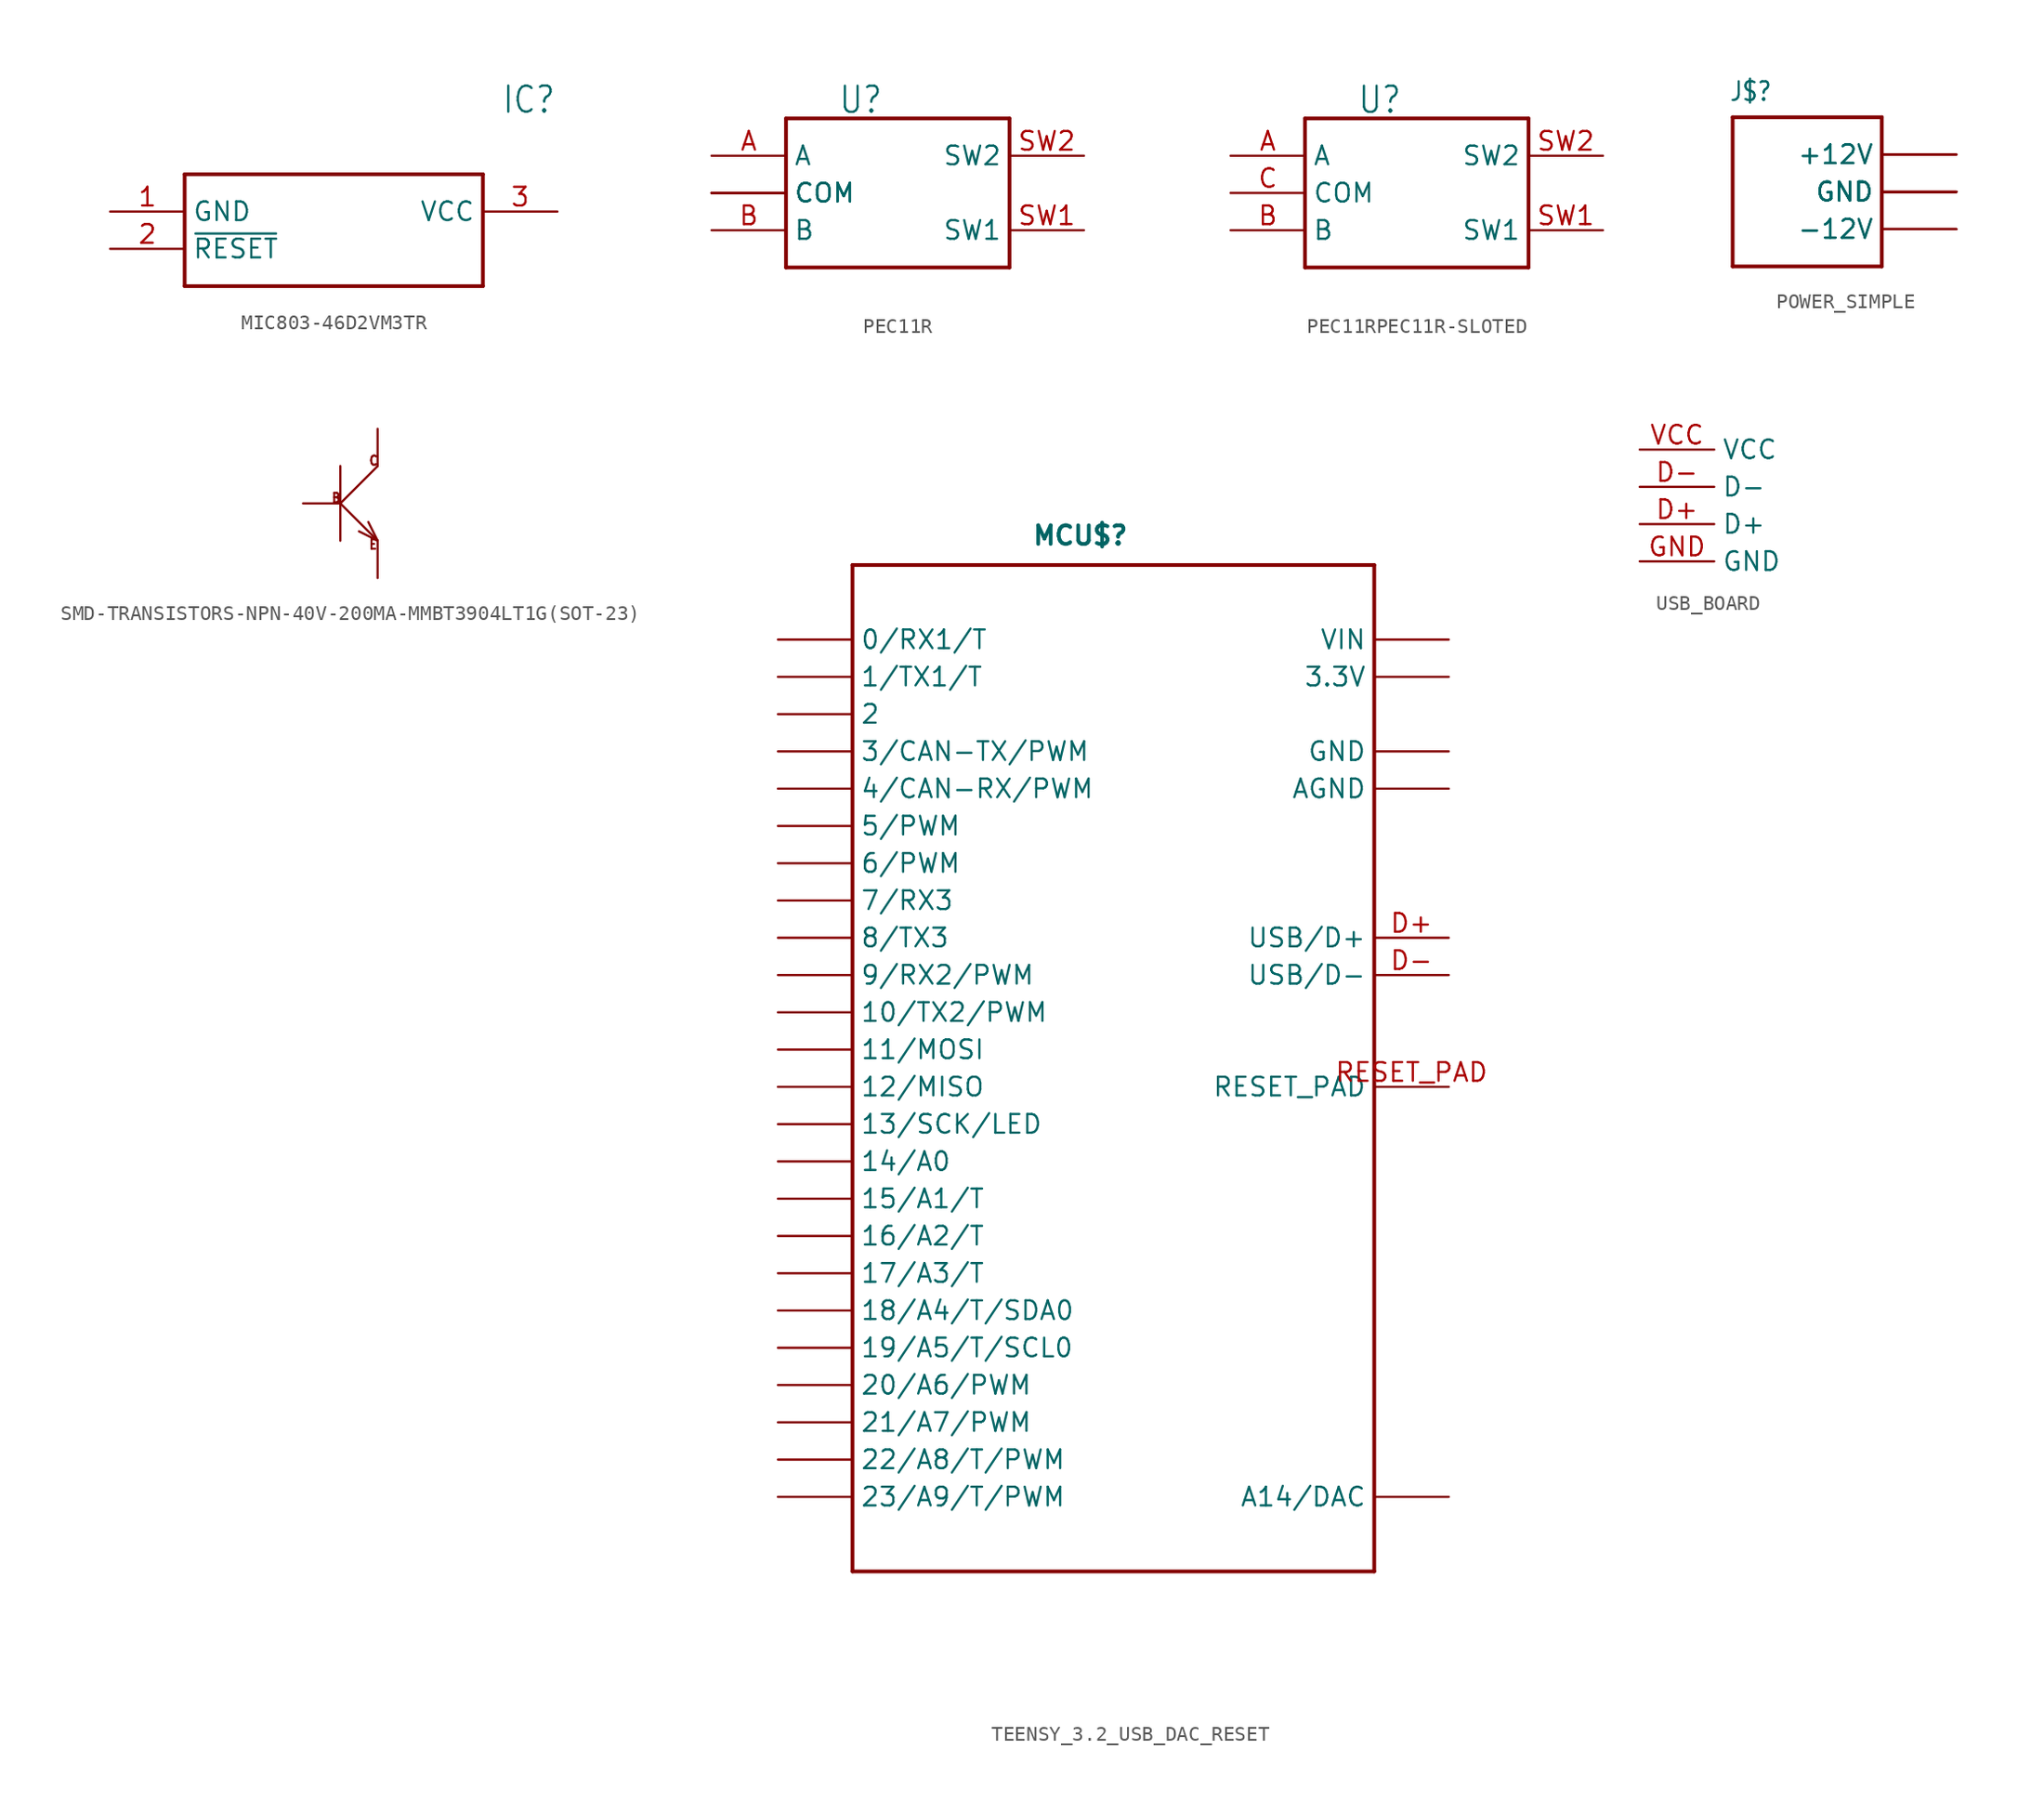
<source format=kicad_sym>
(kicad_symbol_lib
  (version 20231120)
  (generator "kicad_symbol_editor")
  (generator_version "8.0")
  (symbol "MIC803-46D2VM3TR"
    (property "Reference" "IC"
      (at 26.67 7.62 0)
      (effects (font (size 1.778 1.511)) (justify left)))
    (property "Value" ""
      (at 26.67 5.08 0)
      (effects (font (size 1.778 1.511)) (justify left)))
    (property "ki_locked" ""
      (at 0 0 0)
      (effects (font (size 1.27 1.27))))
    (symbol "MIC803-46D2VM3TR_1_0"
      (polyline (pts (xy 5.08 2.54) (xy 5.08 -5.08)) (stroke (width 0.254) (type solid)) (fill (type none)))
      (polyline (pts (xy 5.08 2.54) (xy 25.4 2.54)) (stroke (width 0.254) (type solid)) (fill (type none)))
      (polyline (pts (xy 25.4 -5.08) (xy 5.08 -5.08)) (stroke (width 0.254) (type solid)) (fill (type none)))
      (polyline (pts (xy 25.4 -5.08) (xy 25.4 2.54)) (stroke (width 0.254) (type solid)) (fill (type none)))
      (pin bidirectional line (at 0 0 0) (length 5.08) (name "GND" (effects (font (size 1.27 1.27)))) (number "1" (effects (font (size 1.27 1.27)))))
      (pin bidirectional line (at 0 -2.54 0) (length 5.08) (name "~{RESET}" (effects (font (size 1.27 1.27)))) (number "2" (effects (font (size 1.27 1.27)))))
      (pin bidirectional line (at 30.48 0 180) (length 5.08) (name "VCC" (effects (font (size 1.27 1.27)))) (number "3" (effects (font (size 1.27 1.27)))))))
  (symbol "PEC11R"
    (property "Reference" "U"
      (at 8.636 3.81 0)
      (effects (font (size 1.778 1.511)) (justify left)))
    (property "Value" ""
      (at 7.874 -8.89 0)
      (effects (font (size 1.778 1.511)) (justify left)))
    (property "ki_locked" ""
      (at 0 0 0)
      (effects (font (size 1.27 1.27))))
    (symbol "PEC11R_1_0"
      (polyline (pts (xy 5.08 2.54) (xy 5.08 -7.62)) (stroke (width 0.254) (type solid)) (fill (type none)))
      (polyline (pts (xy 5.08 2.54) (xy 20.32 2.54)) (stroke (width 0.254) (type solid)) (fill (type none)))
      (polyline (pts (xy 20.32 -7.62) (xy 5.08 -7.62)) (stroke (width 0.254) (type solid)) (fill (type none)))
      (polyline (pts (xy 20.32 -7.62) (xy 20.32 2.54)) (stroke (width 0.254) (type solid)) (fill (type none)))
      (pin bidirectional line (at 0 0 0) (length 5.08) (name "A" (effects (font (size 1.27 1.27)))) (number "A" (effects (font (size 1.27 1.27)))))
      (pin bidirectional line (at 0 -5.08 0) (length 5.08) (name "B" (effects (font (size 1.27 1.27)))) (number "B" (effects (font (size 1.27 1.27)))))
      (pin bidirectional line (at 0 -2.54 0) (length 5.08) (name "COM" (effects (font (size 1.27 1.27)))) (number "C" (effects (font (size 0 0)))))
      (pin bidirectional line (at 0 -2.54 0) (length 5.08) (name "COM" (effects (font (size 1.27 1.27)))) (number "SH1" (effects (font (size 0 0)))))
      (pin bidirectional line (at 0 -2.54 0) (length 5.08) (name "COM" (effects (font (size 1.27 1.27)))) (number "SH2" (effects (font (size 0 0)))))
      (pin bidirectional line (at 25.4 -5.08 180) (length 5.08) (name "SW1" (effects (font (size 1.27 1.27)))) (number "SW1" (effects (font (size 1.27 1.27)))))
      (pin bidirectional line (at 25.4 0 180) (length 5.08) (name "SW2" (effects (font (size 1.27 1.27)))) (number "SW2" (effects (font (size 1.27 1.27)))))))
  (symbol "PEC11RPEC11R-SLOTED"
    (property "Reference" "U"
      (at 8.636 3.81 0)
      (effects (font (size 1.778 1.511)) (justify left)))
    (property "Value" ""
      (at 7.874 -8.89 0)
      (effects (font (size 1.778 1.511)) (justify left)))
    (property "ki_locked" ""
      (at 0 0 0)
      (effects (font (size 1.27 1.27))))
    (symbol "PEC11RPEC11R-SLOTED_1_0"
      (polyline (pts (xy 5.08 2.54) (xy 5.08 -7.62)) (stroke (width 0.254) (type solid)) (fill (type none)))
      (polyline (pts (xy 5.08 2.54) (xy 20.32 2.54)) (stroke (width 0.254) (type solid)) (fill (type none)))
      (polyline (pts (xy 20.32 -7.62) (xy 5.08 -7.62)) (stroke (width 0.254) (type solid)) (fill (type none)))
      (polyline (pts (xy 20.32 -7.62) (xy 20.32 2.54)) (stroke (width 0.254) (type solid)) (fill (type none)))
      (pin bidirectional line (at 0 0 0) (length 5.08) (name "A" (effects (font (size 1.27 1.27)))) (number "A" (effects (font (size 1.27 1.27)))))
      (pin bidirectional line (at 0 -5.08 0) (length 5.08) (name "B" (effects (font (size 1.27 1.27)))) (number "B" (effects (font (size 1.27 1.27)))))
      (pin bidirectional line (at 0 -2.54 0) (length 5.08) (name "COM" (effects (font (size 1.27 1.27)))) (number "C" (effects (font (size 1.27 1.27)))))
      (pin bidirectional line (at 25.4 -5.08 180) (length 5.08) (name "SW1" (effects (font (size 1.27 1.27)))) (number "SW1" (effects (font (size 1.27 1.27)))))
      (pin bidirectional line (at 25.4 0 180) (length 5.08) (name "SW2" (effects (font (size 1.27 1.27)))) (number "SW2" (effects (font (size 1.27 1.27)))))))
  (symbol "POWER_SIMPLE"
    (property "Reference" "J$"
      (at -5.334 6.096 0)
      (effects (font (size 1.27 1.079)) (justify left bottom)))
    (property "ki_locked" ""
      (at 0 0 0)
      (effects (font (size 1.27 1.27))))
    (symbol "POWER_SIMPLE_1_0"
      (polyline (pts (xy -5.08 -5.08) (xy -5.08 5.08)) (stroke (width 0.254) (type solid)) (fill (type none)))
      (polyline (pts (xy -5.08 5.08) (xy 5.08 5.08)) (stroke (width 0.254) (type solid)) (fill (type none)))
      (polyline (pts (xy 5.08 -5.08) (xy -5.08 -5.08)) (stroke (width 0.254) (type solid)) (fill (type none)))
      (polyline (pts (xy 5.08 5.08) (xy 5.08 -5.08)) (stroke (width 0.254) (type solid)) (fill (type none)))
      (pin bidirectional line (at 10.16 -2.54 180) (length 5.08) (name "-12V" (effects (font (size 1.27 1.27)))) (number "1" (effects (font (size 0 0)))))
      (pin bidirectional line (at 10.16 2.54 180) (length 5.08) (name "+12V" (effects (font (size 1.27 1.27)))) (number "10" (effects (font (size 0 0)))))
      (pin bidirectional line (at 10.16 -2.54 180) (length 5.08) (name "-12V" (effects (font (size 1.27 1.27)))) (number "2" (effects (font (size 0 0)))))
      (pin bidirectional line (at 10.16 0 180) (length 5.08) (name "GND" (effects (font (size 1.27 1.27)))) (number "3" (effects (font (size 0 0)))))
      (pin bidirectional line (at 10.16 0 180) (length 5.08) (name "GND" (effects (font (size 1.27 1.27)))) (number "4" (effects (font (size 0 0)))))
      (pin bidirectional line (at 10.16 0 180) (length 5.08) (name "GND" (effects (font (size 1.27 1.27)))) (number "5" (effects (font (size 0 0)))))
      (pin bidirectional line (at 10.16 0 180) (length 5.08) (name "GND" (effects (font (size 1.27 1.27)))) (number "6" (effects (font (size 0 0)))))
      (pin bidirectional line (at 10.16 0 180) (length 5.08) (name "GND" (effects (font (size 1.27 1.27)))) (number "7" (effects (font (size 0 0)))))
      (pin bidirectional line (at 10.16 0 180) (length 5.08) (name "GND" (effects (font (size 1.27 1.27)))) (number "8" (effects (font (size 0 0)))))
      (pin bidirectional line (at 10.16 2.54 180) (length 5.08) (name "+12V" (effects (font (size 1.27 1.27)))) (number "9" (effects (font (size 0 0)))))))
  (symbol "SMD-TRANSISTORS-NPN-40V-200MA-MMBT3904LT1G(SOT-23)"
    (property "Reference" ""
      (at -2.54 2.54 0)
      (effects (font (size 1.27 1.079)) (justify left bottom) (hide yes)))
    (property "Value" ""
      (at 3.81 2.54 0)
      (effects (font (size 1.27 1.079)) (justify left bottom)))
    (property "ki_locked" ""
      (at 0 0 0)
      (effects (font (size 1.27 1.27))))
    (symbol "SMD-TRANSISTORS-NPN-40V-200MA-MMBT3904LT1G(SOT-23)_1_0"
      (polyline (pts (xy 0 -2.54) (xy 0 0)) (stroke (width 0.152) (type solid)) (fill (type none)))
      (polyline (pts (xy 0 0) (xy 0 2.54)) (stroke (width 0.152) (type solid)) (fill (type none)))
      (polyline (pts (xy 0 0) (xy 2.54 -2.54)) (stroke (width 0.152) (type solid)) (fill (type none)))
      (polyline (pts (xy 0 0) (xy 2.54 2.54)) (stroke (width 0.152) (type solid)) (fill (type none)))
      (polyline (pts (xy 2.54 -2.54) (xy 1.27 -1.905)) (stroke (width 0.152) (type solid)) (fill (type none)))
      (polyline (pts (xy 2.54 -2.54) (xy 1.905 -1.27)) (stroke (width 0.152) (type solid)) (fill (type none)))
      (text "B" (at -0.635 0 0) (effects (font (size 0.635 0.54)) (justify left bottom)))
      (text "C" (at 1.905 2.54 0) (effects (font (size 0.635 0.54)) (justify left bottom)))
      (text "E" (at 1.905 -3.175 0) (effects (font (size 0.635 0.54)) (justify left bottom)))
      (pin passive line (at -2.54 0 0) (length 2.54) (name "B" (effects (font (size 0 0)))) (number "1" (effects (font (size 0 0)))))
      (pin passive line (at 2.54 -5.08 90) (length 2.54) (name "E" (effects (font (size 0 0)))) (number "2" (effects (font (size 0 0)))))
      (pin passive line (at 2.54 5.08 270) (length 2.54) (name "C" (effects (font (size 0 0)))) (number "3" (effects (font (size 0 0)))))))
  (symbol "TEENSY_3.2_USB_DAC_RESET"
    (property "Reference" "MCU$"
      (at -5.588 34.29 0)
      (effects (font (size 1.27 1.27) (thickness 0.254) (bold yes)) (justify left bottom)))
    (property "Value" ""
      (at -2.794 -38.1 0)
      (effects (font (size 1.27 1.27) (thickness 0.254) (bold yes)) (justify left bottom)))
    (property "ki_locked" ""
      (at 0 0 0)
      (effects (font (size 1.27 1.27))))
    (symbol "TEENSY_3.2_USB_DAC_RESET_1_0"
      (polyline (pts (xy -17.78 -35.56) (xy 17.78 -35.56)) (stroke (width 0.254) (type solid)) (fill (type none)))
      (polyline (pts (xy -17.78 33.02) (xy -17.78 -35.56)) (stroke (width 0.254) (type solid)) (fill (type none)))
      (polyline (pts (xy 17.78 -35.56) (xy 17.78 33.02)) (stroke (width 0.254) (type solid)) (fill (type none)))
      (polyline (pts (xy 17.78 33.02) (xy -17.78 33.02)) (stroke (width 0.254) (type solid)) (fill (type none)))
      (pin bidirectional line (at -22.86 27.94 0) (length 5.08) (name "0/RX1/T" (effects (font (size 1.27 1.27)))) (number "0" (effects (font (size 0 0)))))
      (pin bidirectional line (at -22.86 25.4 0) (length 5.08) (name "1/TX1/T" (effects (font (size 1.27 1.27)))) (number "1" (effects (font (size 0 0)))))
      (pin bidirectional line (at -22.86 2.54 0) (length 5.08) (name "10/TX2/PWM" (effects (font (size 1.27 1.27)))) (number "10" (effects (font (size 0 0)))))
      (pin bidirectional line (at -22.86 0 0) (length 5.08) (name "11/MOSI" (effects (font (size 1.27 1.27)))) (number "11" (effects (font (size 0 0)))))
      (pin bidirectional line (at -22.86 -2.54 0) (length 5.08) (name "12/MISO" (effects (font (size 1.27 1.27)))) (number "12" (effects (font (size 0 0)))))
      (pin bidirectional line (at -22.86 -5.08 0) (length 5.08) (name "13/SCK/LED" (effects (font (size 1.27 1.27)))) (number "13" (effects (font (size 0 0)))))
      (pin bidirectional line (at -22.86 -7.62 0) (length 5.08) (name "14/A0" (effects (font (size 1.27 1.27)))) (number "14/A0" (effects (font (size 0 0)))))
      (pin bidirectional line (at -22.86 -10.16 0) (length 5.08) (name "15/A1/T" (effects (font (size 1.27 1.27)))) (number "15/A1" (effects (font (size 0 0)))))
      (pin bidirectional line (at -22.86 -12.7 0) (length 5.08) (name "16/A2/T" (effects (font (size 1.27 1.27)))) (number "16/A2" (effects (font (size 0 0)))))
      (pin bidirectional line (at -22.86 -15.24 0) (length 5.08) (name "17/A3/T" (effects (font (size 1.27 1.27)))) (number "17/A3" (effects (font (size 0 0)))))
      (pin bidirectional line (at -22.86 -17.78 0) (length 5.08) (name "18/A4/T/SDA0" (effects (font (size 1.27 1.27)))) (number "18/A4" (effects (font (size 0 0)))))
      (pin bidirectional line (at -22.86 -20.32 0) (length 5.08) (name "19/A5/T/SCL0" (effects (font (size 1.27 1.27)))) (number "19/A5" (effects (font (size 0 0)))))
      (pin bidirectional line (at -22.86 22.86 0) (length 5.08) (name "2" (effects (font (size 1.27 1.27)))) (number "2" (effects (font (size 0 0)))))
      (pin bidirectional line (at -22.86 -22.86 0) (length 5.08) (name "20/A6/PWM" (effects (font (size 1.27 1.27)))) (number "20/A6" (effects (font (size 0 0)))))
      (pin bidirectional line (at -22.86 -25.4 0) (length 5.08) (name "21/A7/PWM" (effects (font (size 1.27 1.27)))) (number "21/A7" (effects (font (size 0 0)))))
      (pin bidirectional line (at -22.86 -27.94 0) (length 5.08) (name "22/A8/T/PWM" (effects (font (size 1.27 1.27)))) (number "22/A8" (effects (font (size 0 0)))))
      (pin bidirectional line (at -22.86 -30.48 0) (length 5.08) (name "23/A9/T/PWM" (effects (font (size 1.27 1.27)))) (number "23/A9" (effects (font (size 0 0)))))
      (pin bidirectional line (at -22.86 20.32 0) (length 5.08) (name "3/CAN-TX/PWM" (effects (font (size 1.27 1.27)))) (number "3" (effects (font (size 0 0)))))
      (pin power_in line (at 22.86 25.4 180) (length 5.08) (name "3.3V" (effects (font (size 1.27 1.27)))) (number "3.3V" (effects (font (size 0 0)))))
      (pin bidirectional line (at -22.86 17.78 0) (length 5.08) (name "4/CAN-RX/PWM" (effects (font (size 1.27 1.27)))) (number "4" (effects (font (size 0 0)))))
      (pin bidirectional line (at -22.86 15.24 0) (length 5.08) (name "5/PWM" (effects (font (size 1.27 1.27)))) (number "5" (effects (font (size 0 0)))))
      (pin bidirectional line (at -22.86 12.7 0) (length 5.08) (name "6/PWM" (effects (font (size 1.27 1.27)))) (number "6" (effects (font (size 0 0)))))
      (pin bidirectional line (at -22.86 10.16 0) (length 5.08) (name "7/RX3" (effects (font (size 1.27 1.27)))) (number "7" (effects (font (size 0 0)))))
      (pin bidirectional line (at -22.86 7.62 0) (length 5.08) (name "8/TX3" (effects (font (size 1.27 1.27)))) (number "8" (effects (font (size 0 0)))))
      (pin bidirectional line (at -22.86 5.08 0) (length 5.08) (name "9/RX2/PWM" (effects (font (size 1.27 1.27)))) (number "9" (effects (font (size 0 0)))))
      (pin power_in line (at 22.86 17.78 180) (length 5.08) (name "AGND" (effects (font (size 1.27 1.27)))) (number "AGND" (effects (font (size 0 0)))))
      (pin bidirectional line (at 22.86 7.62 180) (length 5.08) (name "USB/D+" (effects (font (size 1.27 1.27)))) (number "D+" (effects (font (size 1.27 1.27)))))
      (pin bidirectional line (at 22.86 5.08 180) (length 5.08) (name "USB/D-" (effects (font (size 1.27 1.27)))) (number "D-" (effects (font (size 1.27 1.27)))))
      (pin power_in line (at 22.86 20.32 180) (length 5.08) (name "GND" (effects (font (size 1.27 1.27)))) (number "GND" (effects (font (size 0 0)))))
      (pin bidirectional line (at 22.86 -30.48 180) (length 5.08) (name "A14/DAC" (effects (font (size 1.27 1.27)))) (number "RESET/DAC" (effects (font (size 0 0)))))
      (pin bidirectional line (at 22.86 -2.54 180) (length 5.08) (name "RESET_PAD" (effects (font (size 1.27 1.27)))) (number "RESET_PAD" (effects (font (size 1.27 1.27)))))
      (pin power_in line (at 22.86 27.94 180) (length 5.08) (name "VIN" (effects (font (size 1.27 1.27)))) (number "VIN" (effects (font (size 0 0)))))))
  (symbol "USB_BOARD"
    (property "Reference" ""
      (at 0 0 0)
      (effects (font (size 1.27 1.27)) (hide yes)))
    (property "ki_locked" ""
      (at 0 0 0)
      (effects (font (size 1.27 1.27))))
    (symbol "USB_BOARD_1_0"
      (pin bidirectional line (at 0 2.54 0) (length 5.08) (name "D+" (effects (font (size 1.27 1.27)))) (number "D+" (effects (font (size 1.27 1.27)))))
      (pin bidirectional line (at 0 5.08 0) (length 5.08) (name "D-" (effects (font (size 1.27 1.27)))) (number "D-" (effects (font (size 1.27 1.27)))))
      (pin bidirectional line (at 0 0 0) (length 5.08) (name "GND" (effects (font (size 1.27 1.27)))) (number "GND" (effects (font (size 1.27 1.27)))))
      (pin bidirectional line (at 0 7.62 0) (length 5.08) (name "VCC" (effects (font (size 1.27 1.27)))) (number "VCC" (effects (font (size 1.27 1.27))))))))
</source>
